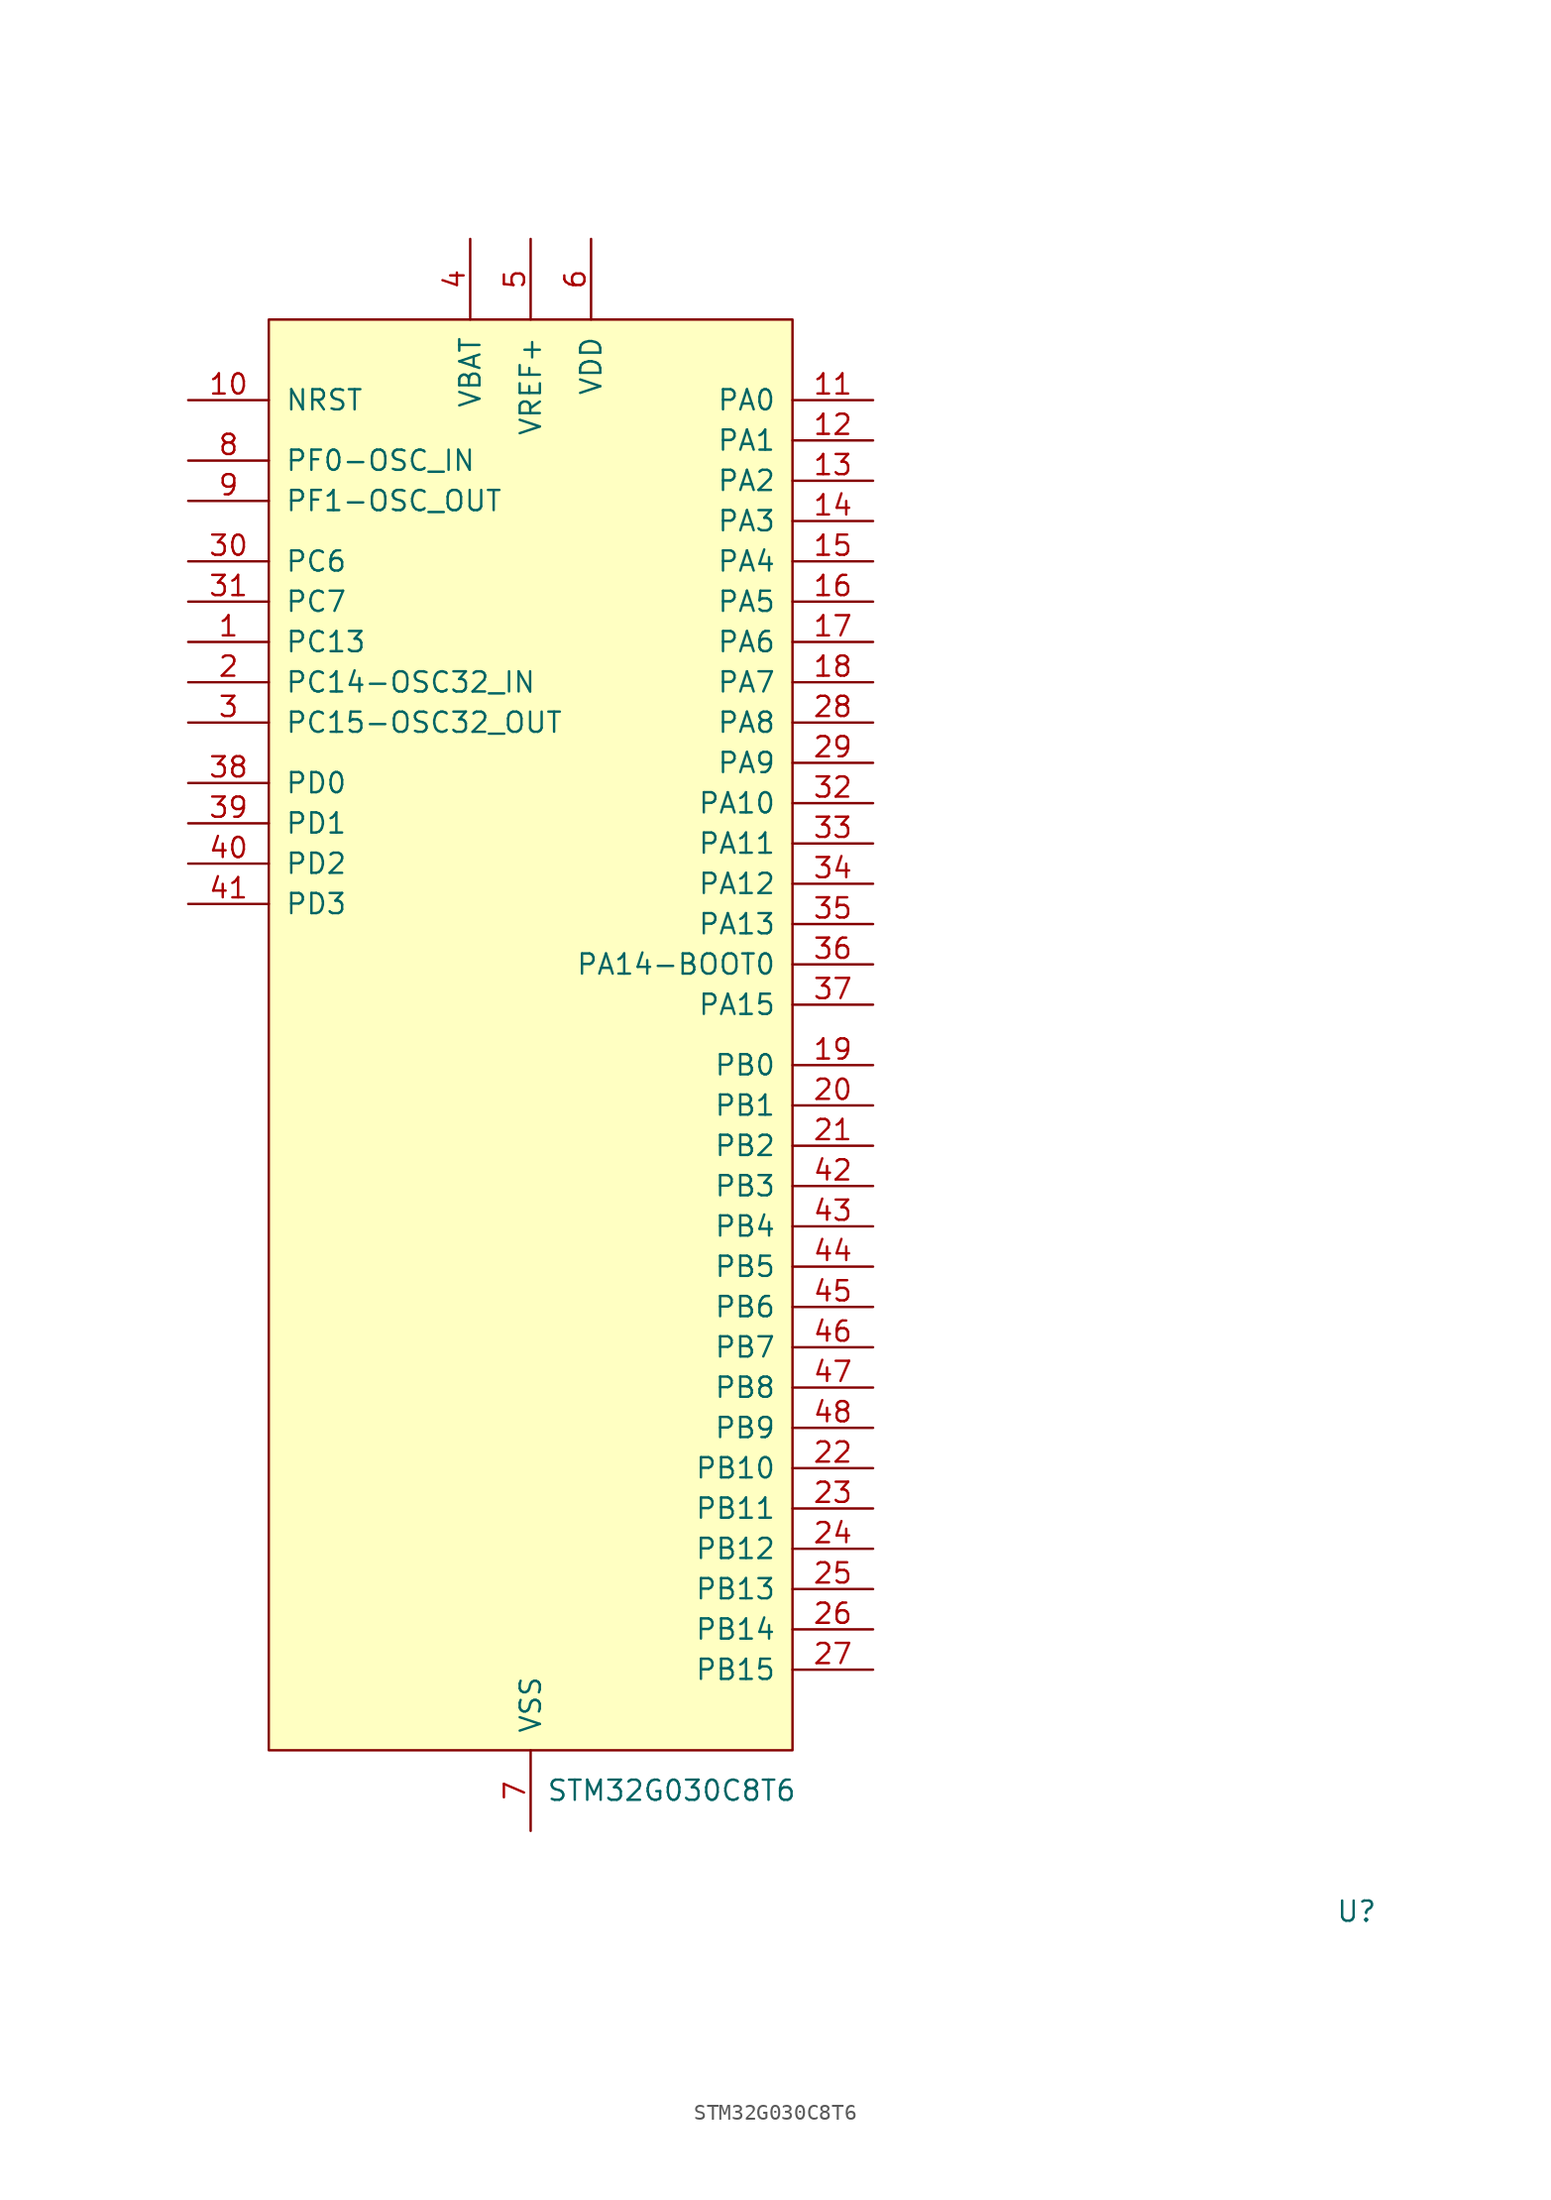
<source format=kicad_sym>
(kicad_symbol_lib
  (version 20211014)
  (generator kicad_symbol_editor)
  (symbol "STM32G030C8T6"
    (pin_names
      (offset 1.016))
    (property "Reference" "U"
      (at 52.07 -100.33 0)
      (effects (font (size 1.27 1.27))))
    (property "Value" "STM32G030C8T6"
      (at 8.89 -92.71 0)
      (effects (font (size 1.27 1.27))))
    (symbol "STM32G030C8T6_0_1"
      (rectangle (start -16.51 0) (end 16.51 -90.17) (stroke (width 0) (type default) (color 0 0 0 0)) (fill (type background))))
    (symbol "STM32G030C8T6_1_1"
      (pin input line (at -21.59 -20.32 0) (length 5.08) (name "PC13" (effects (font (size 1.27 1.27)))) (number "1" (effects (font (size 1.27 1.27)))))
      (pin input line (at -21.59 -5.08 0) (length 5.08) (name "NRST" (effects (font (size 1.27 1.27)))) (number "10" (effects (font (size 1.27 1.27)))))
      (pin input line (at 21.59 -5.08 180) (length 5.08) (name "PA0" (effects (font (size 1.27 1.27)))) (number "11" (effects (font (size 1.27 1.27)))))
      (pin input line (at 21.59 -7.62 180) (length 5.08) (name "PA1" (effects (font (size 1.27 1.27)))) (number "12" (effects (font (size 1.27 1.27)))))
      (pin input line (at 21.59 -10.16 180) (length 5.08) (name "PA2" (effects (font (size 1.27 1.27)))) (number "13" (effects (font (size 1.27 1.27)))))
      (pin input line (at 21.59 -12.7 180) (length 5.08) (name "PA3" (effects (font (size 1.27 1.27)))) (number "14" (effects (font (size 1.27 1.27)))))
      (pin input line (at 21.59 -15.24 180) (length 5.08) (name "PA4" (effects (font (size 1.27 1.27)))) (number "15" (effects (font (size 1.27 1.27)))))
      (pin input line (at 21.59 -17.78 180) (length 5.08) (name "PA5" (effects (font (size 1.27 1.27)))) (number "16" (effects (font (size 1.27 1.27)))))
      (pin input line (at 21.59 -20.32 180) (length 5.08) (name "PA6" (effects (font (size 1.27 1.27)))) (number "17" (effects (font (size 1.27 1.27)))))
      (pin input line (at 21.59 -22.86 180) (length 5.08) (name "PA7" (effects (font (size 1.27 1.27)))) (number "18" (effects (font (size 1.27 1.27)))))
      (pin input line (at 21.59 -46.99 180) (length 5.08) (name "PB0" (effects (font (size 1.27 1.27)))) (number "19" (effects (font (size 1.27 1.27)))))
      (pin input line (at -21.59 -22.86 0) (length 5.08) (name "PC14-OSC32_IN" (effects (font (size 1.27 1.27)))) (number "2" (effects (font (size 1.27 1.27)))))
      (pin input line (at 21.59 -49.53 180) (length 5.08) (name "PB1" (effects (font (size 1.27 1.27)))) (number "20" (effects (font (size 1.27 1.27)))))
      (pin input line (at 21.59 -52.07 180) (length 5.08) (name "PB2" (effects (font (size 1.27 1.27)))) (number "21" (effects (font (size 1.27 1.27)))))
      (pin input line (at 21.59 -72.39 180) (length 5.08) (name "PB10" (effects (font (size 1.27 1.27)))) (number "22" (effects (font (size 1.27 1.27)))))
      (pin input line (at 21.59 -74.93 180) (length 5.08) (name "PB11" (effects (font (size 1.27 1.27)))) (number "23" (effects (font (size 1.27 1.27)))))
      (pin input line (at 21.59 -77.47 180) (length 5.08) (name "PB12" (effects (font (size 1.27 1.27)))) (number "24" (effects (font (size 1.27 1.27)))))
      (pin input line (at 21.59 -80.01 180) (length 5.08) (name "PB13" (effects (font (size 1.27 1.27)))) (number "25" (effects (font (size 1.27 1.27)))))
      (pin input line (at 21.59 -82.55 180) (length 5.08) (name "PB14" (effects (font (size 1.27 1.27)))) (number "26" (effects (font (size 1.27 1.27)))))
      (pin input line (at 21.59 -85.09 180) (length 5.08) (name "PB15" (effects (font (size 1.27 1.27)))) (number "27" (effects (font (size 1.27 1.27)))))
      (pin input line (at 21.59 -25.4 180) (length 5.08) (name "PA8" (effects (font (size 1.27 1.27)))) (number "28" (effects (font (size 1.27 1.27)))))
      (pin input line (at 21.59 -27.94 180) (length 5.08) (name "PA9" (effects (font (size 1.27 1.27)))) (number "29" (effects (font (size 1.27 1.27)))))
      (pin input line (at -21.59 -25.4 0) (length 5.08) (name "PC15-OSC32_OUT" (effects (font (size 1.27 1.27)))) (number "3" (effects (font (size 1.27 1.27)))))
      (pin input line (at -21.59 -15.24 0) (length 5.08) (name "PC6" (effects (font (size 1.27 1.27)))) (number "30" (effects (font (size 1.27 1.27)))))
      (pin input line (at -21.59 -17.78 0) (length 5.08) (name "PC7" (effects (font (size 1.27 1.27)))) (number "31" (effects (font (size 1.27 1.27)))))
      (pin input line (at 21.59 -30.48 180) (length 5.08) (name "PA10" (effects (font (size 1.27 1.27)))) (number "32" (effects (font (size 1.27 1.27)))))
      (pin input line (at 21.59 -33.02 180) (length 5.08) (name "PA11" (effects (font (size 1.27 1.27)))) (number "33" (effects (font (size 1.27 1.27)))))
      (pin input line (at 21.59 -35.56 180) (length 5.08) (name "PA12" (effects (font (size 1.27 1.27)))) (number "34" (effects (font (size 1.27 1.27)))))
      (pin input line (at 21.59 -38.1 180) (length 5.08) (name "PA13" (effects (font (size 1.27 1.27)))) (number "35" (effects (font (size 1.27 1.27)))))
      (pin input line (at 21.59 -40.64 180) (length 5.08) (name "PA14-BOOT0" (effects (font (size 1.27 1.27)))) (number "36" (effects (font (size 1.27 1.27)))))
      (pin input line (at 21.59 -43.18 180) (length 5.08) (name "PA15" (effects (font (size 1.27 1.27)))) (number "37" (effects (font (size 1.27 1.27)))))
      (pin input line (at -21.59 -29.21 0) (length 5.08) (name "PD0" (effects (font (size 1.27 1.27)))) (number "38" (effects (font (size 1.27 1.27)))))
      (pin input line (at -21.59 -31.75 0) (length 5.08) (name "PD1" (effects (font (size 1.27 1.27)))) (number "39" (effects (font (size 1.27 1.27)))))
      (pin input line (at -3.81 5.08 270) (length 5.08) (name "VBAT" (effects (font (size 1.27 1.27)))) (number "4" (effects (font (size 1.27 1.27)))))
      (pin input line (at -21.59 -34.29 0) (length 5.08) (name "PD2" (effects (font (size 1.27 1.27)))) (number "40" (effects (font (size 1.27 1.27)))))
      (pin input line (at -21.59 -36.83 0) (length 5.08) (name "PD3" (effects (font (size 1.27 1.27)))) (number "41" (effects (font (size 1.27 1.27)))))
      (pin input line (at 21.59 -54.61 180) (length 5.08) (name "PB3" (effects (font (size 1.27 1.27)))) (number "42" (effects (font (size 1.27 1.27)))))
      (pin input line (at 21.59 -57.15 180) (length 5.08) (name "PB4" (effects (font (size 1.27 1.27)))) (number "43" (effects (font (size 1.27 1.27)))))
      (pin input line (at 21.59 -59.69 180) (length 5.08) (name "PB5" (effects (font (size 1.27 1.27)))) (number "44" (effects (font (size 1.27 1.27)))))
      (pin input line (at 21.59 -62.23 180) (length 5.08) (name "PB6" (effects (font (size 1.27 1.27)))) (number "45" (effects (font (size 1.27 1.27)))))
      (pin input line (at 21.59 -64.77 180) (length 5.08) (name "PB7" (effects (font (size 1.27 1.27)))) (number "46" (effects (font (size 1.27 1.27)))))
      (pin input line (at 21.59 -67.31 180) (length 5.08) (name "PB8" (effects (font (size 1.27 1.27)))) (number "47" (effects (font (size 1.27 1.27)))))
      (pin input line (at 21.59 -69.85 180) (length 5.08) (name "PB9" (effects (font (size 1.27 1.27)))) (number "48" (effects (font (size 1.27 1.27)))))
      (pin input line (at 0 5.08 270) (length 5.08) (name "VREF+" (effects (font (size 1.27 1.27)))) (number "5" (effects (font (size 1.27 1.27)))))
      (pin input line (at 3.81 5.08 270) (length 5.08) (name "VDD" (effects (font (size 1.27 1.27)))) (number "6" (effects (font (size 1.27 1.27)))))
      (pin input line (at 0 -95.25 90) (length 5.08) (name "VSS" (effects (font (size 1.27 1.27)))) (number "7" (effects (font (size 1.27 1.27)))))
      (pin input line (at -21.59 -8.89 0) (length 5.08) (name "PF0-OSC_IN" (effects (font (size 1.27 1.27)))) (number "8" (effects (font (size 1.27 1.27)))))
      (pin input line (at -21.59 -11.43 0) (length 5.08) (name "PF1-OSC_OUT" (effects (font (size 1.27 1.27)))) (number "9" (effects (font (size 1.27 1.27))))))))
</source>
